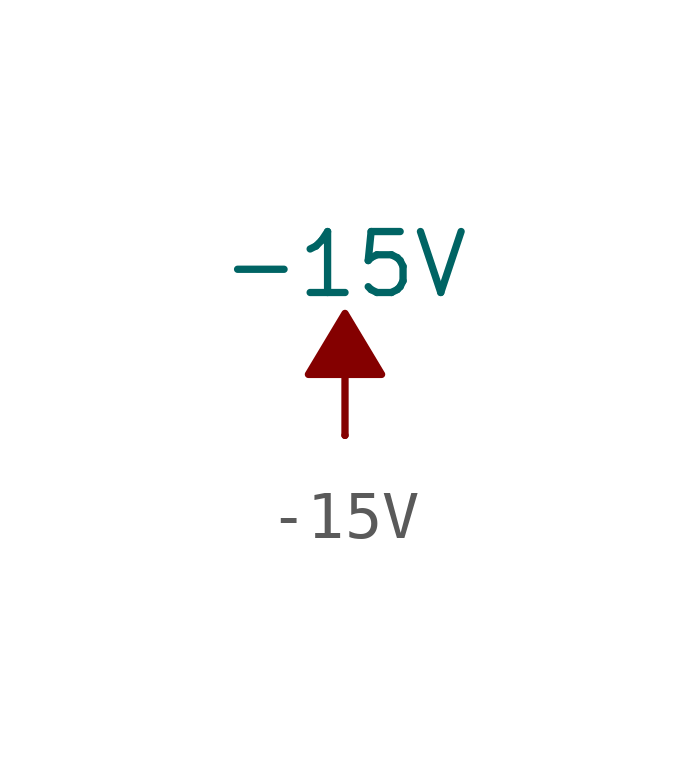
<source format=kicad_sym>
(kicad_symbol_lib
  (version 20241209)
  (generator "kicad_symbol_editor")
  (generator_version "9.0")
  (symbol "-15V"
    (power)
    (pin_numbers
      (hide yes))
    (pin_names
      (offset 0)
      (hide yes))
    (property "Reference" "#PWR"
      (at 0 -3.81 0)
      (effects (font (size 1.27 1.27)) (hide yes)))
    (property "Value" "-15V"
      (at 0 3.556 0)
      (effects (font (size 1.27 1.27))))
    (symbol "-15V_0_0"
      (pin power_in line (at 0 0 90) (length 0) (name "~" (effects (font (size 1.27 1.27)))) (number "1" (effects (font (size 1.27 1.27))))))
    (symbol "-15V_0_1"
      (polyline (pts (xy 0 0) (xy 0 1.27) (xy 0.762 1.27) (xy 0 2.54) (xy -0.762 1.27) (xy 0 1.27)) (stroke (width 0) (type default)) (fill (type outline))))))
</source>
